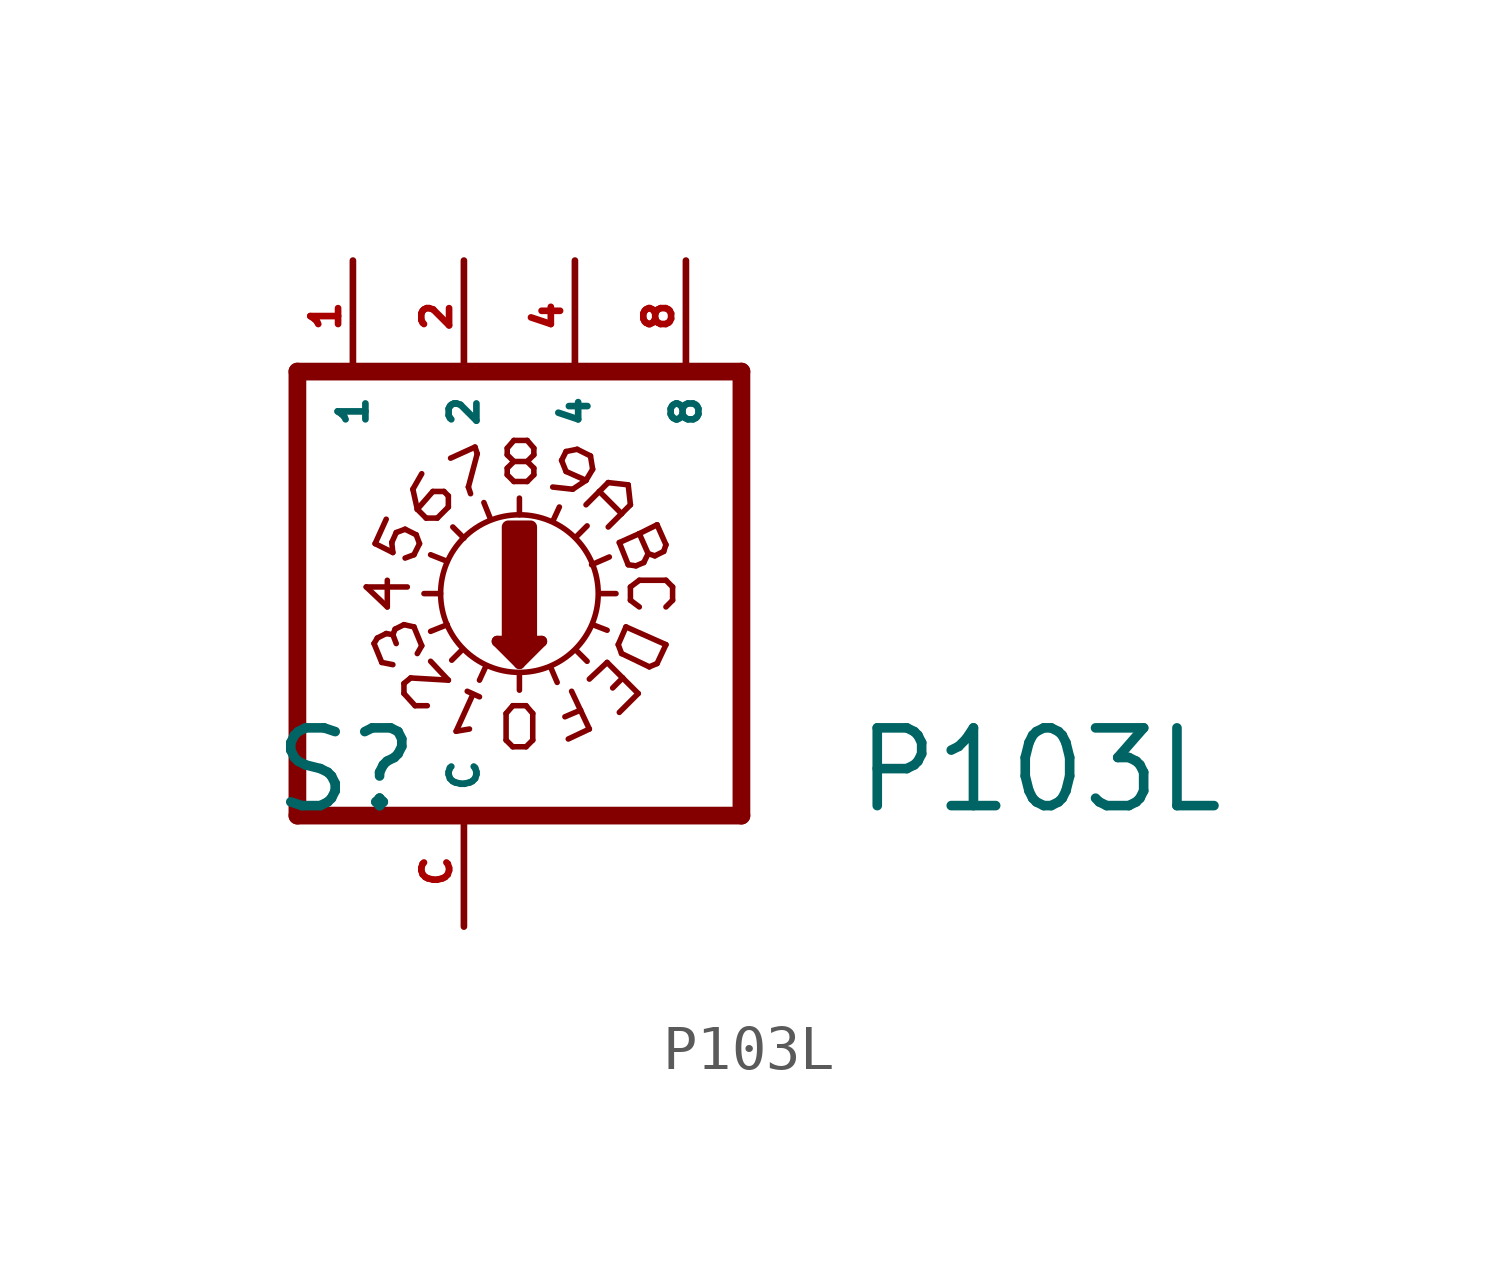
<source format=kicad_sym>
(kicad_symbol_lib
  (version 20220914)
  (generator Eagle2Kicad)
  (symbol "P103L"
    (property "Reference" "S"
      (at -4.445 -5.08 0)
      (effects (font (size 1.778 1.778) (thickness 0.22)) (justify left bottom)))
    (property "Value" "P103L"
      (at 8.89 -5.08 0)
      (effects (font (size 1.778 1.778) (thickness 0.22)) (justify left bottom)))
    (polyline
      (pts (xy 6.35 -5.08) (xy 6.35 5.08))
      (stroke (width 0.406) (type default))
      (fill (type none)))
    (polyline
      (pts (xy 3.099 0) (xy 3.48 0))
      (stroke (width 0.127) (type default))
      (fill (type none)))
    (polyline
      (pts (xy 1.27 1.803) (xy 1.27 2.184))
      (stroke (width 0.127) (type default))
      (fill (type none)))
    (polyline
      (pts (xy -0.914 0) (xy -0.533 0))
      (stroke (width 0.127) (type default))
      (fill (type none)))
    (polyline
      (pts (xy 2.565 -1.295) (xy 2.819 -1.549))
      (stroke (width 0.127) (type default))
      (fill (type none)))
    (polyline
      (pts (xy 0 1.27) (xy -0.254 1.524))
      (stroke (width 0.127) (type default))
      (fill (type none)))
    (polyline
      (pts (xy 2.565 1.295) (xy 2.819 1.549))
      (stroke (width 0.127) (type default))
      (fill (type none)))
    (polyline
      (pts (xy -0.025 -1.27) (xy -0.279 -1.524))
      (stroke (width 0.127) (type default))
      (fill (type none)))
    (polyline
      (pts (xy 2.032 1.651) (xy 2.184 1.981))
      (stroke (width 0.127) (type default))
      (fill (type none)))
    (polyline
      (pts (xy 2.921 0.66) (xy 3.327 0.838))
      (stroke (width 0.127) (type default))
      (fill (type none)))
    (polyline
      (pts (xy 2.946 -0.711) (xy 3.277 -0.838))
      (stroke (width 0.127) (type default))
      (fill (type none)))
    (polyline
      (pts (xy 1.981 -1.676) (xy 2.134 -2.032))
      (stroke (width 0.127) (type default))
      (fill (type none)))
    (polyline
      (pts (xy 0.508 -1.651) (xy 0.356 -1.981))
      (stroke (width 0.127) (type default))
      (fill (type none)))
    (polyline
      (pts (xy -0.381 -0.711) (xy -0.762 -0.864))
      (stroke (width 0.127) (type default))
      (fill (type none)))
    (polyline
      (pts (xy -0.381 0.737) (xy -0.762 0.889))
      (stroke (width 0.127) (type default))
      (fill (type none)))
    (polyline
      (pts (xy 0.61 1.702) (xy 0.457 2.083))
      (stroke (width 0.127) (type default))
      (fill (type none)))
    (polyline
      (pts (xy 0.762 -1.092) (xy 1.27 -1.6))
      (stroke (width 0.254) (type default))
      (fill (type none)))
    (polyline
      (pts (xy 1.27 -1.6) (xy 1.778 -1.092))
      (stroke (width 0.254) (type default))
      (fill (type none)))
    (polyline
      (pts (xy 1.778 -1.092) (xy 0.762 -1.092))
      (stroke (width 0.254) (type default))
      (fill (type none)))
    (polyline
      (pts (xy 1.27 -1.829) (xy 1.27 -2.21))
      (stroke (width 0.127) (type default))
      (fill (type none)))
    (polyline
      (pts (xy 1.016 -1.219) (xy 1.524 -1.219))
      (stroke (width 0.254) (type default))
      (fill (type none)))
    (polyline
      (pts (xy 1.27 -1.473) (xy 1.27 -1.346))
      (stroke (width 0.254) (type default))
      (fill (type none)))
    (polyline
      (pts (xy -3.81 -5.08) (xy -3.81 5.08))
      (stroke (width 0.406) (type default))
      (fill (type none)))
    (polyline
      (pts (xy -2.032 1.143) (xy -1.778 1.702))
      (stroke (width 0.127) (type default))
      (fill (type none)))
    (polyline
      (pts (xy -2.032 1.143) (xy -1.626 0.94))
      (stroke (width 0.127) (type default))
      (fill (type none)))
    (polyline
      (pts (xy -1.626 0.94) (xy -1.651 1.168))
      (stroke (width 0.127) (type default))
      (fill (type none)))
    (polyline
      (pts (xy -1.651 1.168) (xy -1.549 1.397))
      (stroke (width 0.127) (type default))
      (fill (type none)))
    (polyline
      (pts (xy -1.092 1.346) (xy -1.016 1.143))
      (stroke (width 0.127) (type default))
      (fill (type none)))
    (polyline
      (pts (xy -1.016 1.143) (xy -1.143 0.889))
      (stroke (width 0.127) (type default))
      (fill (type none)))
    (polyline
      (pts (xy -1.143 0.889) (xy -1.346 0.813))
      (stroke (width 0.127) (type default))
      (fill (type none)))
    (polyline
      (pts (xy -1.549 1.397) (xy -1.346 1.473))
      (stroke (width 0.127) (type default))
      (fill (type none)))
    (polyline
      (pts (xy -1.346 1.473) (xy -1.092 1.346))
      (stroke (width 0.127) (type default))
      (fill (type none)))
    (polyline
      (pts (xy -0.61 1.727) (xy -0.356 1.981))
      (stroke (width 0.127) (type default))
      (fill (type none)))
    (polyline
      (pts (xy -0.356 1.981) (xy -0.356 2.235))
      (stroke (width 0.127) (type default))
      (fill (type none)))
    (polyline
      (pts (xy -0.356 2.235) (xy -0.457 2.337))
      (stroke (width 0.127) (type default))
      (fill (type none)))
    (polyline
      (pts (xy -0.457 2.337) (xy -0.711 2.337))
      (stroke (width 0.127) (type default))
      (fill (type none)))
    (polyline
      (pts (xy -0.711 2.337) (xy -1.067 1.93))
      (stroke (width 0.127) (type default))
      (fill (type none)))
    (polyline
      (pts (xy -0.61 1.727) (xy -0.864 1.727))
      (stroke (width 0.127) (type default))
      (fill (type none)))
    (polyline
      (pts (xy -0.864 1.727) (xy -1.067 1.93))
      (stroke (width 0.127) (type default))
      (fill (type none)))
    (polyline
      (pts (xy -1.067 1.93) (xy -1.168 2.388))
      (stroke (width 0.127) (type default))
      (fill (type none)))
    (polyline
      (pts (xy -1.168 2.388) (xy -0.965 2.743))
      (stroke (width 0.127) (type default))
      (fill (type none)))
    (polyline
      (pts (xy -0.305 3.099) (xy 0.254 3.353))
      (stroke (width 0.127) (type default))
      (fill (type none)))
    (polyline
      (pts (xy 0.102 2.438) (xy 0.152 2.286))
      (stroke (width 0.127) (type default))
      (fill (type none)))
    (polyline
      (pts (xy 0.254 3.353) (xy 0.305 3.2))
      (stroke (width 0.127) (type default))
      (fill (type none)))
    (polyline
      (pts (xy 0.305 3.2) (xy 0.102 2.438))
      (stroke (width 0.127) (type default))
      (fill (type none)))
    (polyline
      (pts (xy 2.896 3.15) (xy 2.591 3.302))
      (stroke (width 0.127) (type default))
      (fill (type none)))
    (polyline
      (pts (xy 2.591 3.302) (xy 2.337 3.251))
      (stroke (width 0.127) (type default))
      (fill (type none)))
    (polyline
      (pts (xy 2.337 3.251) (xy 2.235 3.048))
      (stroke (width 0.127) (type default))
      (fill (type none)))
    (polyline
      (pts (xy 2.235 3.048) (xy 2.337 2.794))
      (stroke (width 0.127) (type default))
      (fill (type none)))
    (polyline
      (pts (xy 2.337 2.794) (xy 2.794 2.591))
      (stroke (width 0.127) (type default))
      (fill (type none)))
    (polyline
      (pts (xy 2.896 3.15) (xy 2.946 2.845))
      (stroke (width 0.127) (type default))
      (fill (type none)))
    (polyline
      (pts (xy 2.946 2.845) (xy 2.794 2.591))
      (stroke (width 0.127) (type default))
      (fill (type none)))
    (polyline
      (pts (xy 2.794 2.591) (xy 2.489 2.388))
      (stroke (width 0.127) (type default))
      (fill (type none)))
    (polyline
      (pts (xy 2.489 2.388) (xy 2.032 2.438))
      (stroke (width 0.127) (type default))
      (fill (type none)))
    (polyline
      (pts (xy 2.794 2.032) (xy 3.099 2.337))
      (stroke (width 0.127) (type default))
      (fill (type none)))
    (polyline
      (pts (xy 3.302 2.54) (xy 3.759 2.489))
      (stroke (width 0.127) (type default))
      (fill (type none)))
    (polyline
      (pts (xy 3.759 2.489) (xy 3.81 2.032))
      (stroke (width 0.127) (type default))
      (fill (type none)))
    (polyline
      (pts (xy 3.81 2.032) (xy 3.607 1.829))
      (stroke (width 0.127) (type default))
      (fill (type none)))
    (polyline
      (pts (xy 3.099 2.337) (xy 3.607 1.829))
      (stroke (width 0.127) (type default))
      (fill (type none)))
    (polyline
      (pts (xy 3.099 2.337) (xy 3.302 2.54))
      (stroke (width 0.127) (type default))
      (fill (type none)))
    (polyline
      (pts (xy 3.607 1.829) (xy 3.302 1.524))
      (stroke (width 0.127) (type default))
      (fill (type none)))
    (polyline
      (pts (xy 3.556 1.168) (xy 4.013 1.372))
      (stroke (width 0.127) (type default))
      (fill (type none)))
    (polyline
      (pts (xy 4.42 1.575) (xy 4.623 1.118))
      (stroke (width 0.127) (type default))
      (fill (type none)))
    (polyline
      (pts (xy 4.623 1.118) (xy 4.572 0.965))
      (stroke (width 0.127) (type default))
      (fill (type none)))
    (polyline
      (pts (xy 4.572 0.965) (xy 4.369 0.864))
      (stroke (width 0.127) (type default))
      (fill (type none)))
    (polyline
      (pts (xy 4.369 0.864) (xy 4.216 0.914))
      (stroke (width 0.127) (type default))
      (fill (type none)))
    (polyline
      (pts (xy 4.216 0.914) (xy 4.013 1.372))
      (stroke (width 0.127) (type default))
      (fill (type none)))
    (polyline
      (pts (xy 4.216 0.914) (xy 4.115 0.711))
      (stroke (width 0.127) (type default))
      (fill (type none)))
    (polyline
      (pts (xy 4.115 0.711) (xy 3.937 0.635))
      (stroke (width 0.127) (type default))
      (fill (type none)))
    (polyline
      (pts (xy 3.937 0.635) (xy 3.759 0.66))
      (stroke (width 0.127) (type default))
      (fill (type none)))
    (polyline
      (pts (xy 3.759 0.66) (xy 3.556 1.168))
      (stroke (width 0.127) (type default))
      (fill (type none)))
    (polyline
      (pts (xy 4.013 1.372) (xy 4.42 1.575))
      (stroke (width 0.127) (type default))
      (fill (type none)))
    (polyline
      (pts (xy 4.013 0.305) (xy 4.623 0.305))
      (stroke (width 0.127) (type default))
      (fill (type none)))
    (polyline
      (pts (xy 4.623 0.305) (xy 4.775 0.152))
      (stroke (width 0.127) (type default))
      (fill (type none)))
    (polyline
      (pts (xy 4.775 0.152) (xy 4.775 -0.152))
      (stroke (width 0.127) (type default))
      (fill (type none)))
    (polyline
      (pts (xy 4.775 -0.152) (xy 4.623 -0.305))
      (stroke (width 0.127) (type default))
      (fill (type none)))
    (polyline
      (pts (xy 4.013 0.305) (xy 3.81 0.152))
      (stroke (width 0.127) (type default))
      (fill (type none)))
    (polyline
      (pts (xy 3.81 0.152) (xy 3.81 -0.152))
      (stroke (width 0.127) (type default))
      (fill (type none)))
    (polyline
      (pts (xy 3.81 -0.152) (xy 4.013 -0.305))
      (stroke (width 0.127) (type default))
      (fill (type none)))
    (polyline
      (pts (xy 3.708 -0.762) (xy 3.531 -1.168))
      (stroke (width 0.127) (type default))
      (fill (type none)))
    (polyline
      (pts (xy 3.531 -1.168) (xy 3.607 -1.372))
      (stroke (width 0.127) (type default))
      (fill (type none)))
    (polyline
      (pts (xy 3.607 -1.372) (xy 4.242 -1.676))
      (stroke (width 0.127) (type default))
      (fill (type none)))
    (polyline
      (pts (xy 4.242 -1.676) (xy 4.42 -1.6))
      (stroke (width 0.127) (type default))
      (fill (type none)))
    (polyline
      (pts (xy 4.42 -1.6) (xy 4.623 -1.168))
      (stroke (width 0.127) (type default))
      (fill (type none)))
    (polyline
      (pts (xy 4.623 -1.168) (xy 3.708 -0.762))
      (stroke (width 0.127) (type default))
      (fill (type none)))
    (polyline
      (pts (xy 3.277 -1.575) (xy 2.87 -1.956))
      (stroke (width 0.127) (type default))
      (fill (type none)))
    (polyline
      (pts (xy 3.277 -1.575) (xy 3.632 -1.93))
      (stroke (width 0.127) (type default))
      (fill (type none)))
    (polyline
      (pts (xy 3.988 -2.286) (xy 3.556 -2.718))
      (stroke (width 0.127) (type default))
      (fill (type none)))
    (polyline
      (pts (xy 3.632 -1.93) (xy 3.404 -2.159))
      (stroke (width 0.127) (type default))
      (fill (type none)))
    (polyline
      (pts (xy 3.632 -1.93) (xy 3.988 -2.286))
      (stroke (width 0.127) (type default))
      (fill (type none)))
    (polyline
      (pts (xy 2.388 -3.327) (xy 2.87 -3.099))
      (stroke (width 0.127) (type default))
      (fill (type none)))
    (polyline
      (pts (xy 2.87 -3.099) (xy 2.667 -2.667))
      (stroke (width 0.127) (type default))
      (fill (type none)))
    (polyline
      (pts (xy 2.667 -2.667) (xy 2.311 -2.819))
      (stroke (width 0.127) (type default))
      (fill (type none)))
    (polyline
      (pts (xy 2.667 -2.667) (xy 2.464 -2.235))
      (stroke (width 0.127) (type default))
      (fill (type none)))
    (polyline
      (pts (xy 0.076 -2.235) (xy 0.356 -2.362))
      (stroke (width 0.127) (type default))
      (fill (type none)))
    (polyline
      (pts (xy 0.203 -2.311) (xy -0.178 -3.15))
      (stroke (width 0.127) (type default))
      (fill (type none)))
    (polyline
      (pts (xy -0.178 -3.15) (xy 0.127 -3.099))
      (stroke (width 0.127) (type default))
      (fill (type none)))
    (polyline
      (pts (xy -0.762 -1.549) (xy -0.356 -1.981))
      (stroke (width 0.127) (type default))
      (fill (type none)))
    (polyline
      (pts (xy -1.372 -2.286) (xy -1.118 -2.565))
      (stroke (width 0.127) (type default))
      (fill (type none)))
    (polyline
      (pts (xy -1.118 -2.565) (xy -0.838 -2.565))
      (stroke (width 0.127) (type default))
      (fill (type none)))
    (polyline
      (pts (xy -1.372 -2.286) (xy -1.372 -2.057))
      (stroke (width 0.127) (type default))
      (fill (type none)))
    (polyline
      (pts (xy -1.372 -2.057) (xy -1.219 -1.93))
      (stroke (width 0.127) (type default))
      (fill (type none)))
    (polyline
      (pts (xy -1.219 -1.93) (xy -0.356 -1.981))
      (stroke (width 0.127) (type default))
      (fill (type none)))
    (polyline
      (pts (xy -1.143 -0.762) (xy -0.965 -1.194))
      (stroke (width 0.127) (type default))
      (fill (type none)))
    (polyline
      (pts (xy -2.057 -1.143) (xy -1.88 -1.575))
      (stroke (width 0.127) (type default))
      (fill (type none)))
    (polyline
      (pts (xy -1.626 -1.626) (xy -1.88 -1.575))
      (stroke (width 0.127) (type default))
      (fill (type none)))
    (polyline
      (pts (xy -1.067 -1.372) (xy -0.965 -1.194))
      (stroke (width 0.127) (type default))
      (fill (type none)))
    (polyline
      (pts (xy -1.143 -0.762) (xy -1.372 -0.711))
      (stroke (width 0.127) (type default))
      (fill (type none)))
    (polyline
      (pts (xy -1.372 -0.711) (xy -1.575 -0.813))
      (stroke (width 0.127) (type default))
      (fill (type none)))
    (polyline
      (pts (xy -1.575 -0.813) (xy -1.626 -0.94))
      (stroke (width 0.127) (type default))
      (fill (type none)))
    (polyline
      (pts (xy -1.626 -0.94) (xy -1.549 -1.143))
      (stroke (width 0.127) (type default))
      (fill (type none)))
    (polyline
      (pts (xy -1.626 -0.94) (xy -1.778 -0.914))
      (stroke (width 0.127) (type default))
      (fill (type none)))
    (polyline
      (pts (xy -1.778 -0.914) (xy -1.981 -1.016))
      (stroke (width 0.127) (type default))
      (fill (type none)))
    (polyline
      (pts (xy -1.981 -1.016) (xy -2.057 -1.143))
      (stroke (width 0.127) (type default))
      (fill (type none)))
    (polyline
      (pts (xy -1.295 0.152) (xy -2.235 0.152))
      (stroke (width 0.127) (type default))
      (fill (type none)))
    (polyline
      (pts (xy -2.235 0.152) (xy -1.753 -0.305))
      (stroke (width 0.127) (type default))
      (fill (type none)))
    (polyline
      (pts (xy -1.753 -0.305) (xy -1.753 0.305))
      (stroke (width 0.127) (type default))
      (fill (type none)))
    (polyline
      (pts (xy 1.118 -3.505) (xy 1.422 -3.505))
      (stroke (width 0.127) (type default))
      (fill (type none)))
    (polyline
      (pts (xy 1.422 -3.505) (xy 1.575 -3.353))
      (stroke (width 0.127) (type default))
      (fill (type none)))
    (polyline
      (pts (xy 1.575 -3.353) (xy 1.575 -2.743))
      (stroke (width 0.127) (type default))
      (fill (type none)))
    (polyline
      (pts (xy 1.575 -2.743) (xy 1.422 -2.565))
      (stroke (width 0.127) (type default))
      (fill (type none)))
    (polyline
      (pts (xy 1.422 -2.565) (xy 1.118 -2.565))
      (stroke (width 0.127) (type default))
      (fill (type none)))
    (polyline
      (pts (xy 1.118 -2.565) (xy 0.965 -2.743))
      (stroke (width 0.127) (type default))
      (fill (type none)))
    (polyline
      (pts (xy 0.965 -2.743) (xy 0.965 -3.353))
      (stroke (width 0.127) (type default))
      (fill (type none)))
    (polyline
      (pts (xy 0.965 -3.353) (xy 1.118 -3.505))
      (stroke (width 0.127) (type default))
      (fill (type none)))
    (polyline
      (pts (xy 1.143 2.565) (xy 1.448 2.565))
      (stroke (width 0.127) (type default))
      (fill (type none)))
    (polyline
      (pts (xy 1.448 2.565) (xy 1.6 2.718))
      (stroke (width 0.127) (type default))
      (fill (type none)))
    (polyline
      (pts (xy 1.6 2.718) (xy 1.6 2.87))
      (stroke (width 0.127) (type default))
      (fill (type none)))
    (polyline
      (pts (xy 1.6 2.87) (xy 1.448 3.023))
      (stroke (width 0.127) (type default))
      (fill (type none)))
    (polyline
      (pts (xy 1.448 3.023) (xy 1.6 3.175))
      (stroke (width 0.127) (type default))
      (fill (type none)))
    (polyline
      (pts (xy 1.6 3.175) (xy 1.6 3.327))
      (stroke (width 0.127) (type default))
      (fill (type none)))
    (polyline
      (pts (xy 1.6 3.327) (xy 1.448 3.505))
      (stroke (width 0.127) (type default))
      (fill (type none)))
    (polyline
      (pts (xy 1.448 3.505) (xy 1.143 3.505))
      (stroke (width 0.127) (type default))
      (fill (type none)))
    (polyline
      (pts (xy 1.143 3.505) (xy 0.991 3.327))
      (stroke (width 0.127) (type default))
      (fill (type none)))
    (polyline
      (pts (xy 0.991 3.327) (xy 0.991 3.175))
      (stroke (width 0.127) (type default))
      (fill (type none)))
    (polyline
      (pts (xy 0.991 3.175) (xy 1.143 3.023))
      (stroke (width 0.127) (type default))
      (fill (type none)))
    (polyline
      (pts (xy 1.143 3.023) (xy 0.991 2.87))
      (stroke (width 0.127) (type default))
      (fill (type none)))
    (polyline
      (pts (xy 0.991 2.87) (xy 0.991 2.718))
      (stroke (width 0.127) (type default))
      (fill (type none)))
    (polyline
      (pts (xy 0.991 2.718) (xy 1.143 2.565))
      (stroke (width 0.127) (type default))
      (fill (type none)))
    (polyline
      (pts (xy 1.143 3.023) (xy 1.448 3.023))
      (stroke (width 0.127) (type default))
      (fill (type none)))
    (polyline
      (pts (xy 6.35 5.08) (xy -3.81 5.08))
      (stroke (width 0.406) (type default))
      (fill (type none)))
    (polyline
      (pts (xy -3.81 -5.08) (xy 6.35 -5.08))
      (stroke (width 0.406) (type default))
      (fill (type none)))
    (circle
      (center 1.27 0)
      (radius 1.803)
      (stroke (width 0.127) (type default))
      (fill (type none)))
    (rectangle
      (start 1.016 -1.016)
      (end 1.524 1.524)
      (stroke (width 0.3) (type default))
      (fill (type outline)))
    (pin passive line
      (at 5.08 7.62 270)
      (length 2.54)
      (name "8" (effects (font (size 0.635 0.635) (thickness 0.08)) (justify left bottom)))
      (number "8" (effects (font (size 0.635 0.635) (thickness 0.08)) (justify left bottom))))
    (pin passive line
      (at 2.54 7.62 270)
      (length 2.54)
      (name "4" (effects (font (size 0.635 0.635) (thickness 0.08)) (justify left bottom)))
      (number "4" (effects (font (size 0.635 0.635) (thickness 0.08)) (justify left bottom))))
    (pin passive line
      (at 0 7.62 270)
      (length 2.54)
      (name "2" (effects (font (size 0.635 0.635) (thickness 0.08)) (justify left bottom)))
      (number "2" (effects (font (size 0.635 0.635) (thickness 0.08)) (justify left bottom))))
    (pin passive line
      (at -2.54 7.62 270)
      (length 2.54)
      (name "1" (effects (font (size 0.635 0.635) (thickness 0.08)) (justify left bottom)))
      (number "1" (effects (font (size 0.635 0.635) (thickness 0.08)) (justify left bottom))))
    (pin passive line
      (at 0 -7.62 90)
      (length 2.54)
      (name "C" (effects (font (size 0.635 0.635) (thickness 0.08)) (justify left bottom)))
      (number "C" (effects (font (size 0.635 0.635) (thickness 0.08)) (justify left bottom))))))
</source>
